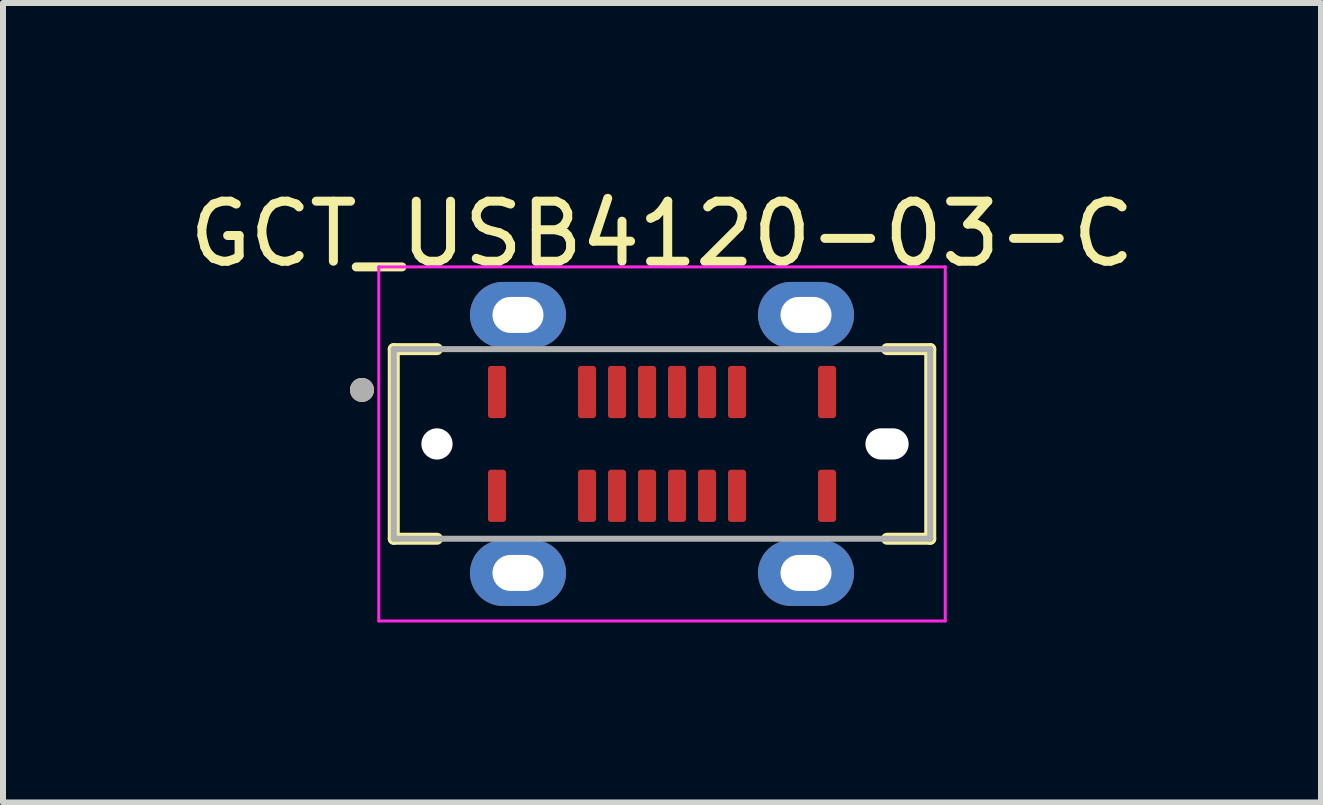
<source format=kicad_pcb>
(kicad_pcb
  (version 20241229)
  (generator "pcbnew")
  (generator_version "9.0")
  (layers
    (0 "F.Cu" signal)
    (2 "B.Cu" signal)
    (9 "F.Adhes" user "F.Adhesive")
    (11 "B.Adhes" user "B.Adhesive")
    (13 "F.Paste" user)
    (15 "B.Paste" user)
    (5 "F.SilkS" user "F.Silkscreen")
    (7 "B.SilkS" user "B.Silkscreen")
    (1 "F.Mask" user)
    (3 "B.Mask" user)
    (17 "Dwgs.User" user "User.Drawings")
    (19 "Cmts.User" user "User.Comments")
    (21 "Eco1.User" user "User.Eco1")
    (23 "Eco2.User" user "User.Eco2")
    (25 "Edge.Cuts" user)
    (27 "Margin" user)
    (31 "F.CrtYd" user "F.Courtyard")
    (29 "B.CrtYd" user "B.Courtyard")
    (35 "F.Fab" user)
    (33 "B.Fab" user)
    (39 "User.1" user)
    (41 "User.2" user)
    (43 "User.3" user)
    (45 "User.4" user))
  (footprint "GCT_USB4120-03-C"
    (layer "F.Cu")
    (at 7.982 4.348)
    (property "Reference" "GCT_USB4120-03-C" (at 0 -3.5 0) (layer "F.SilkS") (effects (font (size 1 1) (thickness 0.15))))
    (attr smd)
    (fp_line (start -4.47 -1.58) (end -4.47 1.58) (stroke (width 0.2) (type solid)) (layer "F.SilkS"))
    (fp_line (start -4.47 1.58) (end -3.75 1.58) (stroke (width 0.2) (type solid)) (layer "F.SilkS"))
    (fp_line (start -3.75 -1.58) (end -4.47 -1.58) (stroke (width 0.2) (type solid)) (layer "F.SilkS"))
    (fp_line (start 3.75 -1.58) (end 4.47 -1.58) (stroke (width 0.2) (type solid)) (layer "F.SilkS"))
    (fp_line (start 4.47 -1.58) (end 4.47 1.58) (stroke (width 0.2) (type solid)) (layer "F.SilkS"))
    (fp_line (start 4.47 1.58) (end 3.75 1.58) (stroke (width 0.2) (type solid)) (layer "F.SilkS"))
    (fp_circle (center -5 -0.9) (end -4.9 -0.9) (stroke (width 0.2) (type solid)) (fill no) (layer "F.SilkS"))
    (fp_line (start -4.72 -2.95) (end 4.72 -2.95) (stroke (width 0.05) (type solid)) (layer "F.CrtYd"))
    (fp_line (start -4.72 2.95) (end -4.72 -2.95) (stroke (width 0.05) (type solid)) (layer "F.CrtYd"))
    (fp_line (start 4.72 -2.95) (end 4.72 2.95) (stroke (width 0.05) (type solid)) (layer "F.CrtYd"))
    (fp_line (start 4.72 2.95) (end -4.72 2.95) (stroke (width 0.05) (type solid)) (layer "F.CrtYd"))
    (fp_line (start -4.47 -1.58) (end 4.47 -1.58) (stroke (width 0.1) (type solid)) (layer "F.Fab"))
    (fp_line (start -4.47 1.58) (end -4.47 -1.58) (stroke (width 0.1) (type solid)) (layer "F.Fab"))
    (fp_line (start 4.47 -1.58) (end 4.47 1.58) (stroke (width 0.1) (type solid)) (layer "F.Fab"))
    (fp_line (start 4.47 1.58) (end -4.47 1.58) (stroke (width 0.1) (type solid)) (layer "F.Fab"))
    (fp_circle (center -5 -0.9) (end -4.9 -0.9) (stroke (width 0.2) (type solid)) (fill no) (layer "F.Fab"))
    (pad "" np_thru_hole circle (at -3.75 0) (size 0.52 0.52) (drill 0.52) (layers "*.Cu" "*.Mask"))
    (pad "" np_thru_hole oval (at 3.75 0) (size 0.72 0.52) (drill oval 0.72 0.52) (layers "*.Cu" "*.Mask"))
    (pad "A1" smd roundrect (at -2.75 -0.865) (size 0.3 0.87) (layers "F.Cu" "F.Mask" "F.Paste") (roundrect_rratio 0.167))
    (pad "A4" smd roundrect (at -1.25 -0.865) (size 0.3 0.87) (layers "F.Cu" "F.Mask" "F.Paste") (roundrect_rratio 0.167))
    (pad "A5" smd roundrect (at -0.75 -0.865) (size 0.3 0.87) (layers "F.Cu" "F.Mask" "F.Paste") (roundrect_rratio 0.167))
    (pad "A6" smd roundrect (at -0.25 -0.865) (size 0.3 0.87) (layers "F.Cu" "F.Mask" "F.Paste") (roundrect_rratio 0.167))
    (pad "A7" smd roundrect (at 0.25 -0.865) (size 0.3 0.87) (layers "F.Cu" "F.Mask" "F.Paste") (roundrect_rratio 0.167))
    (pad "A8" smd roundrect (at 0.75 -0.865) (size 0.3 0.87) (layers "F.Cu" "F.Mask" "F.Paste") (roundrect_rratio 0.167))
    (pad "A9" smd roundrect (at 1.25 -0.865) (size 0.3 0.87) (layers "F.Cu" "F.Mask" "F.Paste") (roundrect_rratio 0.167))
    (pad "A12" smd roundrect (at 2.75 -0.865) (size 0.3 0.87) (layers "F.Cu" "F.Mask" "F.Paste") (roundrect_rratio 0.167))
    (pad "B1" smd roundrect (at 2.75 0.865) (size 0.3 0.87) (layers "F.Cu" "F.Mask" "F.Paste") (roundrect_rratio 0.167))
    (pad "B4" smd roundrect (at 1.25 0.865) (size 0.3 0.87) (layers "F.Cu" "F.Mask" "F.Paste") (roundrect_rratio 0.167))
    (pad "B5" smd roundrect (at 0.75 0.865) (size 0.3 0.87) (layers "F.Cu" "F.Mask" "F.Paste") (roundrect_rratio 0.167))
    (pad "B6" smd roundrect (at 0.25 0.865) (size 0.3 0.87) (layers "F.Cu" "F.Mask" "F.Paste") (roundrect_rratio 0.167))
    (pad "B7" smd roundrect (at -0.25 0.865) (size 0.3 0.87) (layers "F.Cu" "F.Mask" "F.Paste") (roundrect_rratio 0.167))
    (pad "B8" smd roundrect (at -0.75 0.865) (size 0.3 0.87) (layers "F.Cu" "F.Mask" "F.Paste") (roundrect_rratio 0.167))
    (pad "B9" smd roundrect (at -1.25 0.865) (size 0.3 0.87) (layers "F.Cu" "F.Mask" "F.Paste") (roundrect_rratio 0.167))
    (pad "B12" smd roundrect (at -2.75 0.865) (size 0.3 0.87) (layers "F.Cu" "F.Mask" "F.Paste") (roundrect_rratio 0.167))
    (pad "S1" thru_hole oval (at -2.4 -2.15) (size 1.6 1.1) (drill oval 0.85 0.6) (layers "*.Cu" "*.Mask"))
    (pad "S1" thru_hole oval (at -2.4 2.15) (size 1.6 1.1) (drill oval 0.85 0.6) (layers "*.Cu" "*.Mask"))
    (pad "S1" thru_hole oval (at 2.4 -2.15) (size 1.6 1.1) (drill oval 0.85 0.6) (layers "*.Cu" "*.Mask"))
    (pad "S1" thru_hole oval (at 2.4 2.15) (size 1.6 1.1) (drill oval 0.85 0.6) (layers "*.Cu" "*.Mask")))
  (gr_rect
    (start -3 -3)
    (end 18.964 10.323)
    (stroke (width 0.1) (type default))
    (fill no)
    (layer "Edge.Cuts")))
</source>
